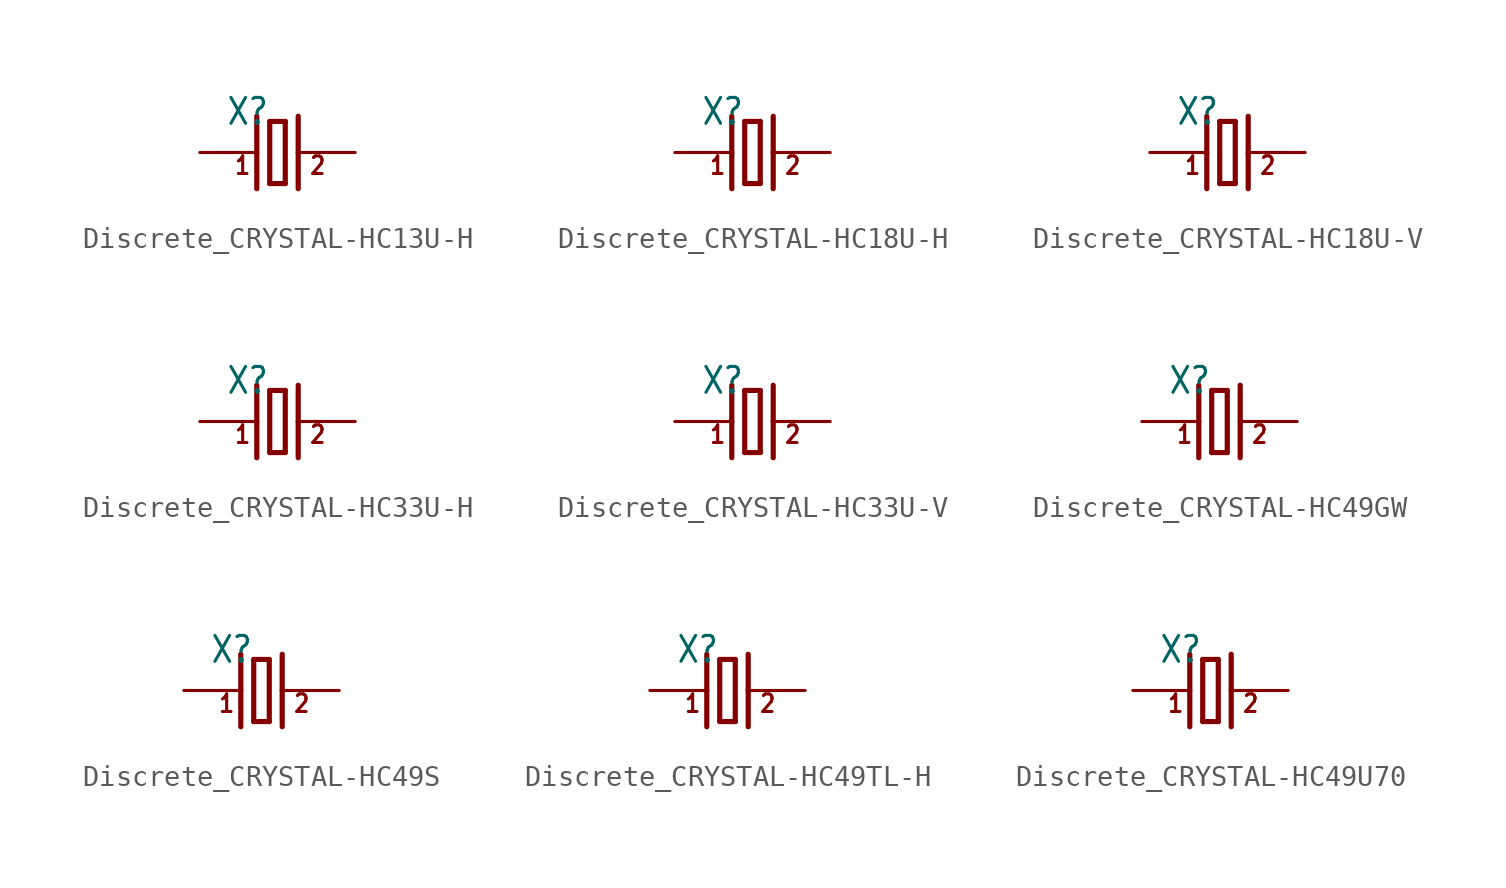
<source format=kicad_sym>
(kicad_symbol_lib
  (version 20220914)
  (generator kicad_symbol_editor)
  (symbol "Discrete_CRYSTAL-HC13U-H"
    (property "Reference" "X"
      (at -2.54 1.27 0)
      (effects (font (size 1.27 1.079)) (justify left bottom)))
    (property "Value" ""
      (at -2.54 -2.667 0)
      (effects (font (size 1.27 1.079)) (justify left bottom)))
    (property "ki_locked" ""
      (at 0 0 0)
      (effects (font (size 1.27 1.27))))
    (symbol "Discrete_CRYSTAL-HC13U-H_1_0"
      (polyline (pts (xy -1.27 0) (xy -1.016 0)) (stroke (width 0.152) (type solid)) (fill (type none)))
      (polyline (pts (xy -1.016 0) (xy -1.016 -1.778)) (stroke (width 0.254) (type solid)) (fill (type none)))
      (polyline (pts (xy -1.016 1.778) (xy -1.016 0)) (stroke (width 0.254) (type solid)) (fill (type none)))
      (polyline (pts (xy -0.381 -1.524) (xy 0.381 -1.524)) (stroke (width 0.254) (type solid)) (fill (type none)))
      (polyline (pts (xy -0.381 1.524) (xy -0.381 -1.524)) (stroke (width 0.254) (type solid)) (fill (type none)))
      (polyline (pts (xy 0.381 -1.524) (xy 0.381 1.524)) (stroke (width 0.254) (type solid)) (fill (type none)))
      (polyline (pts (xy 0.381 1.524) (xy -0.381 1.524)) (stroke (width 0.254) (type solid)) (fill (type none)))
      (polyline (pts (xy 1.016 0) (xy 1.016 -1.778)) (stroke (width 0.254) (type solid)) (fill (type none)))
      (polyline (pts (xy 1.016 0) (xy 1.27 0)) (stroke (width 0.152) (type solid)) (fill (type none)))
      (polyline (pts (xy 1.016 1.778) (xy 1.016 0)) (stroke (width 0.254) (type solid)) (fill (type none)))
      (text "1" (at -2.159 -1.143 0) (effects (font (size 0.864 0.734)) (justify left bottom)))
      (text "2" (at 1.524 -1.143 0) (effects (font (size 0.864 0.734)) (justify left bottom)))
      (pin passive line (at -3.81 0 0) (length 2.54) (name "1" (effects (font (size 0 0)))) (number "1" (effects (font (size 0 0)))))
      (pin passive line (at 3.81 0 180) (length 2.54) (name "2" (effects (font (size 0 0)))) (number "2" (effects (font (size 0 0)))))))
  (symbol "Discrete_CRYSTAL-HC18U-H"
    (property "Reference" "X"
      (at -2.54 1.27 0)
      (effects (font (size 1.27 1.079)) (justify left bottom)))
    (property "Value" ""
      (at -2.54 -2.667 0)
      (effects (font (size 1.27 1.079)) (justify left bottom)))
    (property "ki_locked" ""
      (at 0 0 0)
      (effects (font (size 1.27 1.27))))
    (symbol "Discrete_CRYSTAL-HC18U-H_1_0"
      (polyline (pts (xy -1.27 0) (xy -1.016 0)) (stroke (width 0.152) (type solid)) (fill (type none)))
      (polyline (pts (xy -1.016 0) (xy -1.016 -1.778)) (stroke (width 0.254) (type solid)) (fill (type none)))
      (polyline (pts (xy -1.016 1.778) (xy -1.016 0)) (stroke (width 0.254) (type solid)) (fill (type none)))
      (polyline (pts (xy -0.381 -1.524) (xy 0.381 -1.524)) (stroke (width 0.254) (type solid)) (fill (type none)))
      (polyline (pts (xy -0.381 1.524) (xy -0.381 -1.524)) (stroke (width 0.254) (type solid)) (fill (type none)))
      (polyline (pts (xy 0.381 -1.524) (xy 0.381 1.524)) (stroke (width 0.254) (type solid)) (fill (type none)))
      (polyline (pts (xy 0.381 1.524) (xy -0.381 1.524)) (stroke (width 0.254) (type solid)) (fill (type none)))
      (polyline (pts (xy 1.016 0) (xy 1.016 -1.778)) (stroke (width 0.254) (type solid)) (fill (type none)))
      (polyline (pts (xy 1.016 0) (xy 1.27 0)) (stroke (width 0.152) (type solid)) (fill (type none)))
      (polyline (pts (xy 1.016 1.778) (xy 1.016 0)) (stroke (width 0.254) (type solid)) (fill (type none)))
      (text "1" (at -2.159 -1.143 0) (effects (font (size 0.864 0.734)) (justify left bottom)))
      (text "2" (at 1.524 -1.143 0) (effects (font (size 0.864 0.734)) (justify left bottom)))
      (pin passive line (at -3.81 0 0) (length 2.54) (name "1" (effects (font (size 0 0)))) (number "1" (effects (font (size 0 0)))))
      (pin passive line (at 3.81 0 180) (length 2.54) (name "2" (effects (font (size 0 0)))) (number "2" (effects (font (size 0 0)))))))
  (symbol "Discrete_CRYSTAL-HC18U-V"
    (property "Reference" "X"
      (at -2.54 1.27 0)
      (effects (font (size 1.27 1.079)) (justify left bottom)))
    (property "Value" ""
      (at -2.54 -2.667 0)
      (effects (font (size 1.27 1.079)) (justify left bottom)))
    (property "ki_locked" ""
      (at 0 0 0)
      (effects (font (size 1.27 1.27))))
    (symbol "Discrete_CRYSTAL-HC18U-V_1_0"
      (polyline (pts (xy -1.27 0) (xy -1.016 0)) (stroke (width 0.152) (type solid)) (fill (type none)))
      (polyline (pts (xy -1.016 0) (xy -1.016 -1.778)) (stroke (width 0.254) (type solid)) (fill (type none)))
      (polyline (pts (xy -1.016 1.778) (xy -1.016 0)) (stroke (width 0.254) (type solid)) (fill (type none)))
      (polyline (pts (xy -0.381 -1.524) (xy 0.381 -1.524)) (stroke (width 0.254) (type solid)) (fill (type none)))
      (polyline (pts (xy -0.381 1.524) (xy -0.381 -1.524)) (stroke (width 0.254) (type solid)) (fill (type none)))
      (polyline (pts (xy 0.381 -1.524) (xy 0.381 1.524)) (stroke (width 0.254) (type solid)) (fill (type none)))
      (polyline (pts (xy 0.381 1.524) (xy -0.381 1.524)) (stroke (width 0.254) (type solid)) (fill (type none)))
      (polyline (pts (xy 1.016 0) (xy 1.016 -1.778)) (stroke (width 0.254) (type solid)) (fill (type none)))
      (polyline (pts (xy 1.016 0) (xy 1.27 0)) (stroke (width 0.152) (type solid)) (fill (type none)))
      (polyline (pts (xy 1.016 1.778) (xy 1.016 0)) (stroke (width 0.254) (type solid)) (fill (type none)))
      (text "1" (at -2.159 -1.143 0) (effects (font (size 0.864 0.734)) (justify left bottom)))
      (text "2" (at 1.524 -1.143 0) (effects (font (size 0.864 0.734)) (justify left bottom)))
      (pin passive line (at -3.81 0 0) (length 2.54) (name "1" (effects (font (size 0 0)))) (number "1" (effects (font (size 0 0)))))
      (pin passive line (at 3.81 0 180) (length 2.54) (name "2" (effects (font (size 0 0)))) (number "2" (effects (font (size 0 0)))))))
  (symbol "Discrete_CRYSTAL-HC33U-H"
    (property "Reference" "X"
      (at -2.54 1.27 0)
      (effects (font (size 1.27 1.079)) (justify left bottom)))
    (property "Value" ""
      (at -2.54 -2.667 0)
      (effects (font (size 1.27 1.079)) (justify left bottom)))
    (property "ki_locked" ""
      (at 0 0 0)
      (effects (font (size 1.27 1.27))))
    (symbol "Discrete_CRYSTAL-HC33U-H_1_0"
      (polyline (pts (xy -1.27 0) (xy -1.016 0)) (stroke (width 0.152) (type solid)) (fill (type none)))
      (polyline (pts (xy -1.016 0) (xy -1.016 -1.778)) (stroke (width 0.254) (type solid)) (fill (type none)))
      (polyline (pts (xy -1.016 1.778) (xy -1.016 0)) (stroke (width 0.254) (type solid)) (fill (type none)))
      (polyline (pts (xy -0.381 -1.524) (xy 0.381 -1.524)) (stroke (width 0.254) (type solid)) (fill (type none)))
      (polyline (pts (xy -0.381 1.524) (xy -0.381 -1.524)) (stroke (width 0.254) (type solid)) (fill (type none)))
      (polyline (pts (xy 0.381 -1.524) (xy 0.381 1.524)) (stroke (width 0.254) (type solid)) (fill (type none)))
      (polyline (pts (xy 0.381 1.524) (xy -0.381 1.524)) (stroke (width 0.254) (type solid)) (fill (type none)))
      (polyline (pts (xy 1.016 0) (xy 1.016 -1.778)) (stroke (width 0.254) (type solid)) (fill (type none)))
      (polyline (pts (xy 1.016 0) (xy 1.27 0)) (stroke (width 0.152) (type solid)) (fill (type none)))
      (polyline (pts (xy 1.016 1.778) (xy 1.016 0)) (stroke (width 0.254) (type solid)) (fill (type none)))
      (text "1" (at -2.159 -1.143 0) (effects (font (size 0.864 0.734)) (justify left bottom)))
      (text "2" (at 1.524 -1.143 0) (effects (font (size 0.864 0.734)) (justify left bottom)))
      (pin passive line (at -3.81 0 0) (length 2.54) (name "1" (effects (font (size 0 0)))) (number "1" (effects (font (size 0 0)))))
      (pin passive line (at 3.81 0 180) (length 2.54) (name "2" (effects (font (size 0 0)))) (number "2" (effects (font (size 0 0)))))))
  (symbol "Discrete_CRYSTAL-HC33U-V"
    (property "Reference" "X"
      (at -2.54 1.27 0)
      (effects (font (size 1.27 1.079)) (justify left bottom)))
    (property "Value" ""
      (at -2.54 -2.667 0)
      (effects (font (size 1.27 1.079)) (justify left bottom)))
    (property "ki_locked" ""
      (at 0 0 0)
      (effects (font (size 1.27 1.27))))
    (symbol "Discrete_CRYSTAL-HC33U-V_1_0"
      (polyline (pts (xy -1.27 0) (xy -1.016 0)) (stroke (width 0.152) (type solid)) (fill (type none)))
      (polyline (pts (xy -1.016 0) (xy -1.016 -1.778)) (stroke (width 0.254) (type solid)) (fill (type none)))
      (polyline (pts (xy -1.016 1.778) (xy -1.016 0)) (stroke (width 0.254) (type solid)) (fill (type none)))
      (polyline (pts (xy -0.381 -1.524) (xy 0.381 -1.524)) (stroke (width 0.254) (type solid)) (fill (type none)))
      (polyline (pts (xy -0.381 1.524) (xy -0.381 -1.524)) (stroke (width 0.254) (type solid)) (fill (type none)))
      (polyline (pts (xy 0.381 -1.524) (xy 0.381 1.524)) (stroke (width 0.254) (type solid)) (fill (type none)))
      (polyline (pts (xy 0.381 1.524) (xy -0.381 1.524)) (stroke (width 0.254) (type solid)) (fill (type none)))
      (polyline (pts (xy 1.016 0) (xy 1.016 -1.778)) (stroke (width 0.254) (type solid)) (fill (type none)))
      (polyline (pts (xy 1.016 0) (xy 1.27 0)) (stroke (width 0.152) (type solid)) (fill (type none)))
      (polyline (pts (xy 1.016 1.778) (xy 1.016 0)) (stroke (width 0.254) (type solid)) (fill (type none)))
      (text "1" (at -2.159 -1.143 0) (effects (font (size 0.864 0.734)) (justify left bottom)))
      (text "2" (at 1.524 -1.143 0) (effects (font (size 0.864 0.734)) (justify left bottom)))
      (pin passive line (at -3.81 0 0) (length 2.54) (name "1" (effects (font (size 0 0)))) (number "1" (effects (font (size 0 0)))))
      (pin passive line (at 3.81 0 180) (length 2.54) (name "2" (effects (font (size 0 0)))) (number "2" (effects (font (size 0 0)))))))
  (symbol "Discrete_CRYSTAL-HC49GW"
    (property "Reference" "X"
      (at -2.54 1.27 0)
      (effects (font (size 1.27 1.079)) (justify left bottom)))
    (property "Value" ""
      (at -2.54 -2.667 0)
      (effects (font (size 1.27 1.079)) (justify left bottom)))
    (property "ki_locked" ""
      (at 0 0 0)
      (effects (font (size 1.27 1.27))))
    (symbol "Discrete_CRYSTAL-HC49GW_1_0"
      (polyline (pts (xy -1.27 0) (xy -1.016 0)) (stroke (width 0.152) (type solid)) (fill (type none)))
      (polyline (pts (xy -1.016 0) (xy -1.016 -1.778)) (stroke (width 0.254) (type solid)) (fill (type none)))
      (polyline (pts (xy -1.016 1.778) (xy -1.016 0)) (stroke (width 0.254) (type solid)) (fill (type none)))
      (polyline (pts (xy -0.381 -1.524) (xy 0.381 -1.524)) (stroke (width 0.254) (type solid)) (fill (type none)))
      (polyline (pts (xy -0.381 1.524) (xy -0.381 -1.524)) (stroke (width 0.254) (type solid)) (fill (type none)))
      (polyline (pts (xy 0.381 -1.524) (xy 0.381 1.524)) (stroke (width 0.254) (type solid)) (fill (type none)))
      (polyline (pts (xy 0.381 1.524) (xy -0.381 1.524)) (stroke (width 0.254) (type solid)) (fill (type none)))
      (polyline (pts (xy 1.016 0) (xy 1.016 -1.778)) (stroke (width 0.254) (type solid)) (fill (type none)))
      (polyline (pts (xy 1.016 0) (xy 1.27 0)) (stroke (width 0.152) (type solid)) (fill (type none)))
      (polyline (pts (xy 1.016 1.778) (xy 1.016 0)) (stroke (width 0.254) (type solid)) (fill (type none)))
      (text "1" (at -2.159 -1.143 0) (effects (font (size 0.864 0.734)) (justify left bottom)))
      (text "2" (at 1.524 -1.143 0) (effects (font (size 0.864 0.734)) (justify left bottom)))
      (pin passive line (at -3.81 0 0) (length 2.54) (name "1" (effects (font (size 0 0)))) (number "1" (effects (font (size 0 0)))))
      (pin passive line (at 3.81 0 180) (length 2.54) (name "2" (effects (font (size 0 0)))) (number "2" (effects (font (size 0 0)))))))
  (symbol "Discrete_CRYSTAL-HC49S"
    (property "Reference" "X"
      (at -2.54 1.27 0)
      (effects (font (size 1.27 1.079)) (justify left bottom)))
    (property "Value" ""
      (at -2.54 -2.667 0)
      (effects (font (size 1.27 1.079)) (justify left bottom)))
    (property "ki_locked" ""
      (at 0 0 0)
      (effects (font (size 1.27 1.27))))
    (symbol "Discrete_CRYSTAL-HC49S_1_0"
      (polyline (pts (xy -1.27 0) (xy -1.016 0)) (stroke (width 0.152) (type solid)) (fill (type none)))
      (polyline (pts (xy -1.016 0) (xy -1.016 -1.778)) (stroke (width 0.254) (type solid)) (fill (type none)))
      (polyline (pts (xy -1.016 1.778) (xy -1.016 0)) (stroke (width 0.254) (type solid)) (fill (type none)))
      (polyline (pts (xy -0.381 -1.524) (xy 0.381 -1.524)) (stroke (width 0.254) (type solid)) (fill (type none)))
      (polyline (pts (xy -0.381 1.524) (xy -0.381 -1.524)) (stroke (width 0.254) (type solid)) (fill (type none)))
      (polyline (pts (xy 0.381 -1.524) (xy 0.381 1.524)) (stroke (width 0.254) (type solid)) (fill (type none)))
      (polyline (pts (xy 0.381 1.524) (xy -0.381 1.524)) (stroke (width 0.254) (type solid)) (fill (type none)))
      (polyline (pts (xy 1.016 0) (xy 1.016 -1.778)) (stroke (width 0.254) (type solid)) (fill (type none)))
      (polyline (pts (xy 1.016 0) (xy 1.27 0)) (stroke (width 0.152) (type solid)) (fill (type none)))
      (polyline (pts (xy 1.016 1.778) (xy 1.016 0)) (stroke (width 0.254) (type solid)) (fill (type none)))
      (text "1" (at -2.159 -1.143 0) (effects (font (size 0.864 0.734)) (justify left bottom)))
      (text "2" (at 1.524 -1.143 0) (effects (font (size 0.864 0.734)) (justify left bottom)))
      (pin passive line (at -3.81 0 0) (length 2.54) (name "1" (effects (font (size 0 0)))) (number "1" (effects (font (size 0 0)))))
      (pin passive line (at 3.81 0 180) (length 2.54) (name "2" (effects (font (size 0 0)))) (number "2" (effects (font (size 0 0)))))))
  (symbol "Discrete_CRYSTAL-HC49TL-H"
    (property "Reference" "X"
      (at -2.54 1.27 0)
      (effects (font (size 1.27 1.079)) (justify left bottom)))
    (property "Value" ""
      (at -2.54 -2.667 0)
      (effects (font (size 1.27 1.079)) (justify left bottom)))
    (property "ki_locked" ""
      (at 0 0 0)
      (effects (font (size 1.27 1.27))))
    (symbol "Discrete_CRYSTAL-HC49TL-H_1_0"
      (polyline (pts (xy -1.27 0) (xy -1.016 0)) (stroke (width 0.152) (type solid)) (fill (type none)))
      (polyline (pts (xy -1.016 0) (xy -1.016 -1.778)) (stroke (width 0.254) (type solid)) (fill (type none)))
      (polyline (pts (xy -1.016 1.778) (xy -1.016 0)) (stroke (width 0.254) (type solid)) (fill (type none)))
      (polyline (pts (xy -0.381 -1.524) (xy 0.381 -1.524)) (stroke (width 0.254) (type solid)) (fill (type none)))
      (polyline (pts (xy -0.381 1.524) (xy -0.381 -1.524)) (stroke (width 0.254) (type solid)) (fill (type none)))
      (polyline (pts (xy 0.381 -1.524) (xy 0.381 1.524)) (stroke (width 0.254) (type solid)) (fill (type none)))
      (polyline (pts (xy 0.381 1.524) (xy -0.381 1.524)) (stroke (width 0.254) (type solid)) (fill (type none)))
      (polyline (pts (xy 1.016 0) (xy 1.016 -1.778)) (stroke (width 0.254) (type solid)) (fill (type none)))
      (polyline (pts (xy 1.016 0) (xy 1.27 0)) (stroke (width 0.152) (type solid)) (fill (type none)))
      (polyline (pts (xy 1.016 1.778) (xy 1.016 0)) (stroke (width 0.254) (type solid)) (fill (type none)))
      (text "1" (at -2.159 -1.143 0) (effects (font (size 0.864 0.734)) (justify left bottom)))
      (text "2" (at 1.524 -1.143 0) (effects (font (size 0.864 0.734)) (justify left bottom)))
      (pin passive line (at -3.81 0 0) (length 2.54) (name "1" (effects (font (size 0 0)))) (number "1" (effects (font (size 0 0)))))
      (pin passive line (at 3.81 0 180) (length 2.54) (name "2" (effects (font (size 0 0)))) (number "2" (effects (font (size 0 0)))))))
  (symbol "Discrete_CRYSTAL-HC49U70"
    (property "Reference" "X"
      (at -2.54 1.27 0)
      (effects (font (size 1.27 1.079)) (justify left bottom)))
    (property "Value" ""
      (at -2.54 -2.667 0)
      (effects (font (size 1.27 1.079)) (justify left bottom)))
    (property "ki_locked" ""
      (at 0 0 0)
      (effects (font (size 1.27 1.27))))
    (symbol "Discrete_CRYSTAL-HC49U70_1_0"
      (polyline (pts (xy -1.27 0) (xy -1.016 0)) (stroke (width 0.152) (type solid)) (fill (type none)))
      (polyline (pts (xy -1.016 0) (xy -1.016 -1.778)) (stroke (width 0.254) (type solid)) (fill (type none)))
      (polyline (pts (xy -1.016 1.778) (xy -1.016 0)) (stroke (width 0.254) (type solid)) (fill (type none)))
      (polyline (pts (xy -0.381 -1.524) (xy 0.381 -1.524)) (stroke (width 0.254) (type solid)) (fill (type none)))
      (polyline (pts (xy -0.381 1.524) (xy -0.381 -1.524)) (stroke (width 0.254) (type solid)) (fill (type none)))
      (polyline (pts (xy 0.381 -1.524) (xy 0.381 1.524)) (stroke (width 0.254) (type solid)) (fill (type none)))
      (polyline (pts (xy 0.381 1.524) (xy -0.381 1.524)) (stroke (width 0.254) (type solid)) (fill (type none)))
      (polyline (pts (xy 1.016 0) (xy 1.016 -1.778)) (stroke (width 0.254) (type solid)) (fill (type none)))
      (polyline (pts (xy 1.016 0) (xy 1.27 0)) (stroke (width 0.152) (type solid)) (fill (type none)))
      (polyline (pts (xy 1.016 1.778) (xy 1.016 0)) (stroke (width 0.254) (type solid)) (fill (type none)))
      (text "1" (at -2.159 -1.143 0) (effects (font (size 0.864 0.734)) (justify left bottom)))
      (text "2" (at 1.524 -1.143 0) (effects (font (size 0.864 0.734)) (justify left bottom)))
      (pin passive line (at -3.81 0 0) (length 2.54) (name "1" (effects (font (size 0 0)))) (number "1" (effects (font (size 0 0)))))
      (pin passive line (at 3.81 0 180) (length 2.54) (name "2" (effects (font (size 0 0)))) (number "2" (effects (font (size 0 0))))))))
</source>
